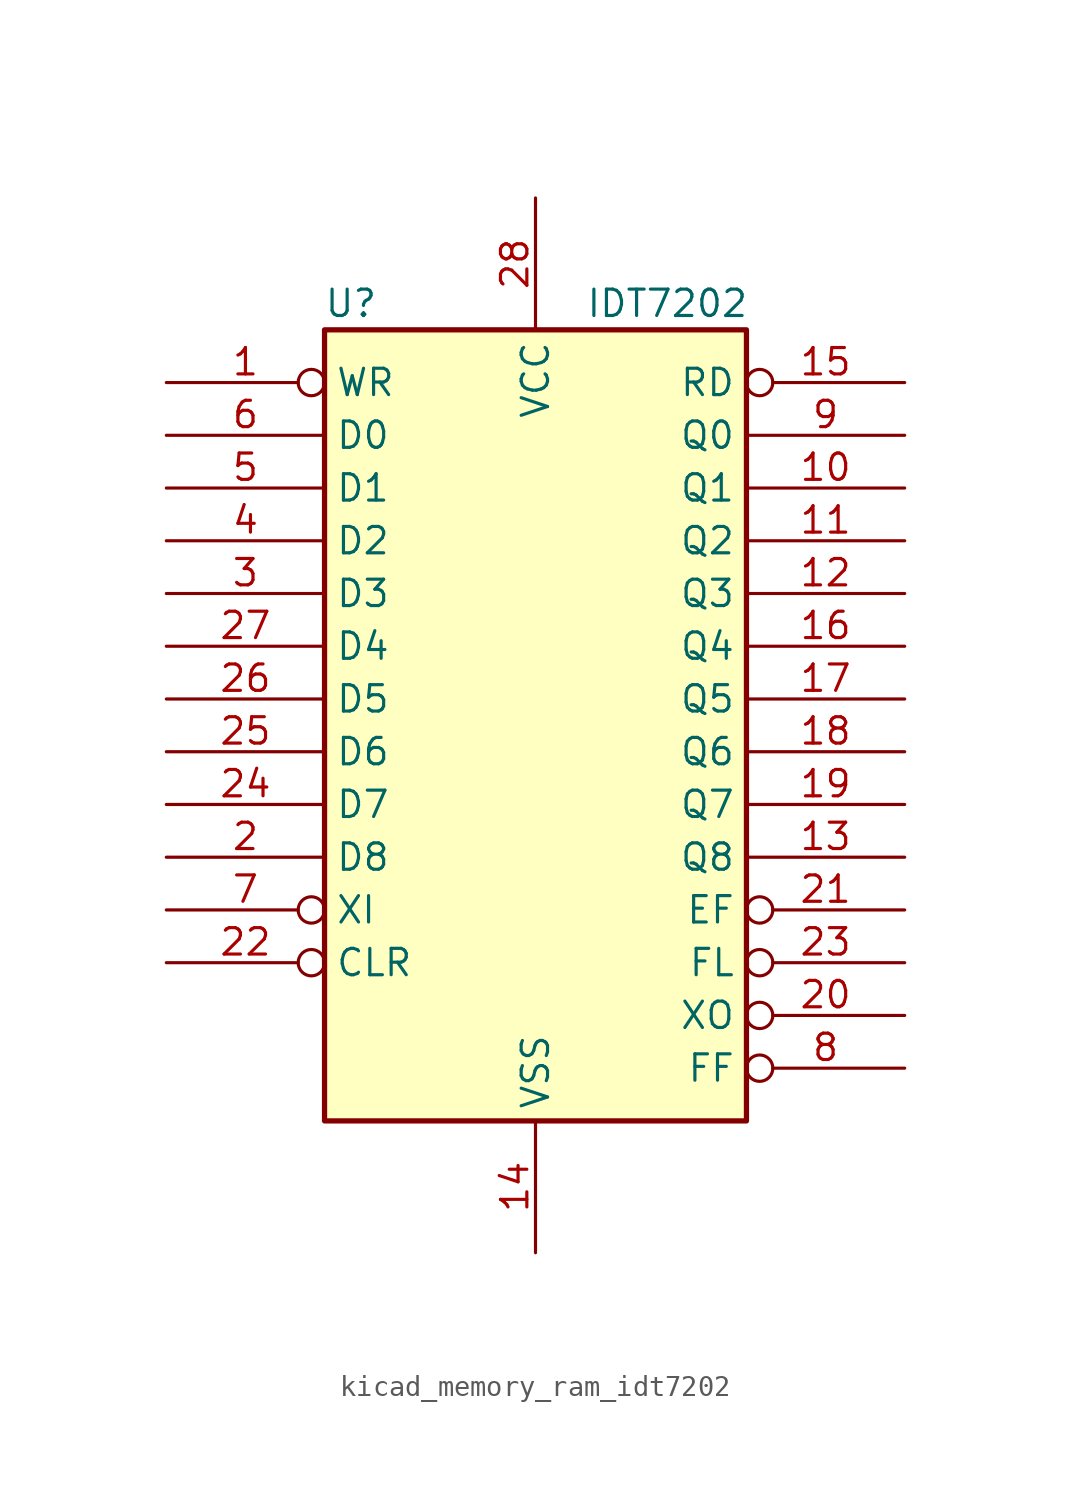
<source format=kicad_sym>
(kicad_symbol_lib
  (version 20220914)
  (generator kicad_symbol_editor)
  (symbol "kicad_memory_ram_idt7202"
    (property "Reference" "U"
      (at -8.89 20.32 0)
      (effects (font (size 1.27 1.27))))
    (property "Value" "IDT7202"
      (at 6.35 20.32 0)
      (effects (font (size 1.27 1.27))))
    (symbol "kicad_memory_ram_idt7202_0_1"
      (rectangle (start -10.16 -19.05) (end 10.16 19.05) (stroke (width 0.254) (type default)) (fill (type background))))
    (symbol "kicad_memory_ram_idt7202_1_1"
      (pin input inverted (at -17.78 16.51 0) (length 7.62) (name "WR" (effects (font (size 1.27 1.27)))) (number "1" (effects (font (size 1.27 1.27)))))
      (pin tri_state line (at 17.78 11.43 180) (length 7.62) (name "Q1" (effects (font (size 1.27 1.27)))) (number "10" (effects (font (size 1.27 1.27)))))
      (pin tri_state line (at 17.78 8.89 180) (length 7.62) (name "Q2" (effects (font (size 1.27 1.27)))) (number "11" (effects (font (size 1.27 1.27)))))
      (pin tri_state line (at 17.78 6.35 180) (length 7.62) (name "Q3" (effects (font (size 1.27 1.27)))) (number "12" (effects (font (size 1.27 1.27)))))
      (pin tri_state line (at 17.78 -6.35 180) (length 7.62) (name "Q8" (effects (font (size 1.27 1.27)))) (number "13" (effects (font (size 1.27 1.27)))))
      (pin power_in line (at 0 -25.4 90) (length 6.35) (name "VSS" (effects (font (size 1.27 1.27)))) (number "14" (effects (font (size 1.27 1.27)))))
      (pin input inverted (at 17.78 16.51 180) (length 7.62) (name "RD" (effects (font (size 1.27 1.27)))) (number "15" (effects (font (size 1.27 1.27)))))
      (pin tri_state line (at 17.78 3.81 180) (length 7.62) (name "Q4" (effects (font (size 1.27 1.27)))) (number "16" (effects (font (size 1.27 1.27)))))
      (pin tri_state line (at 17.78 1.27 180) (length 7.62) (name "Q5" (effects (font (size 1.27 1.27)))) (number "17" (effects (font (size 1.27 1.27)))))
      (pin tri_state line (at 17.78 -1.27 180) (length 7.62) (name "Q6" (effects (font (size 1.27 1.27)))) (number "18" (effects (font (size 1.27 1.27)))))
      (pin tri_state line (at 17.78 -3.81 180) (length 7.62) (name "Q7" (effects (font (size 1.27 1.27)))) (number "19" (effects (font (size 1.27 1.27)))))
      (pin input line (at -17.78 -6.35 0) (length 7.62) (name "D8" (effects (font (size 1.27 1.27)))) (number "2" (effects (font (size 1.27 1.27)))))
      (pin input inverted (at 17.78 -13.97 180) (length 7.62) (name "XO" (effects (font (size 1.27 1.27)))) (number "20" (effects (font (size 1.27 1.27)))))
      (pin output inverted (at 17.78 -8.89 180) (length 7.62) (name "EF" (effects (font (size 1.27 1.27)))) (number "21" (effects (font (size 1.27 1.27)))))
      (pin input inverted (at -17.78 -11.43 0) (length 7.62) (name "CLR" (effects (font (size 1.27 1.27)))) (number "22" (effects (font (size 1.27 1.27)))))
      (pin input inverted (at 17.78 -11.43 180) (length 7.62) (name "FL" (effects (font (size 1.27 1.27)))) (number "23" (effects (font (size 1.27 1.27)))))
      (pin input line (at -17.78 -3.81 0) (length 7.62) (name "D7" (effects (font (size 1.27 1.27)))) (number "24" (effects (font (size 1.27 1.27)))))
      (pin input line (at -17.78 -1.27 0) (length 7.62) (name "D6" (effects (font (size 1.27 1.27)))) (number "25" (effects (font (size 1.27 1.27)))))
      (pin input line (at -17.78 1.27 0) (length 7.62) (name "D5" (effects (font (size 1.27 1.27)))) (number "26" (effects (font (size 1.27 1.27)))))
      (pin input line (at -17.78 3.81 0) (length 7.62) (name "D4" (effects (font (size 1.27 1.27)))) (number "27" (effects (font (size 1.27 1.27)))))
      (pin power_in line (at 0 25.4 270) (length 6.35) (name "VCC" (effects (font (size 1.27 1.27)))) (number "28" (effects (font (size 1.27 1.27)))))
      (pin input line (at -17.78 6.35 0) (length 7.62) (name "D3" (effects (font (size 1.27 1.27)))) (number "3" (effects (font (size 1.27 1.27)))))
      (pin input line (at -17.78 8.89 0) (length 7.62) (name "D2" (effects (font (size 1.27 1.27)))) (number "4" (effects (font (size 1.27 1.27)))))
      (pin input line (at -17.78 11.43 0) (length 7.62) (name "D1" (effects (font (size 1.27 1.27)))) (number "5" (effects (font (size 1.27 1.27)))))
      (pin input line (at -17.78 13.97 0) (length 7.62) (name "D0" (effects (font (size 1.27 1.27)))) (number "6" (effects (font (size 1.27 1.27)))))
      (pin input inverted (at -17.78 -8.89 0) (length 7.62) (name "XI" (effects (font (size 1.27 1.27)))) (number "7" (effects (font (size 1.27 1.27)))))
      (pin output inverted (at 17.78 -16.51 180) (length 7.62) (name "FF" (effects (font (size 1.27 1.27)))) (number "8" (effects (font (size 1.27 1.27)))))
      (pin tri_state line (at 17.78 13.97 180) (length 7.62) (name "Q0" (effects (font (size 1.27 1.27)))) (number "9" (effects (font (size 1.27 1.27))))))))
</source>
